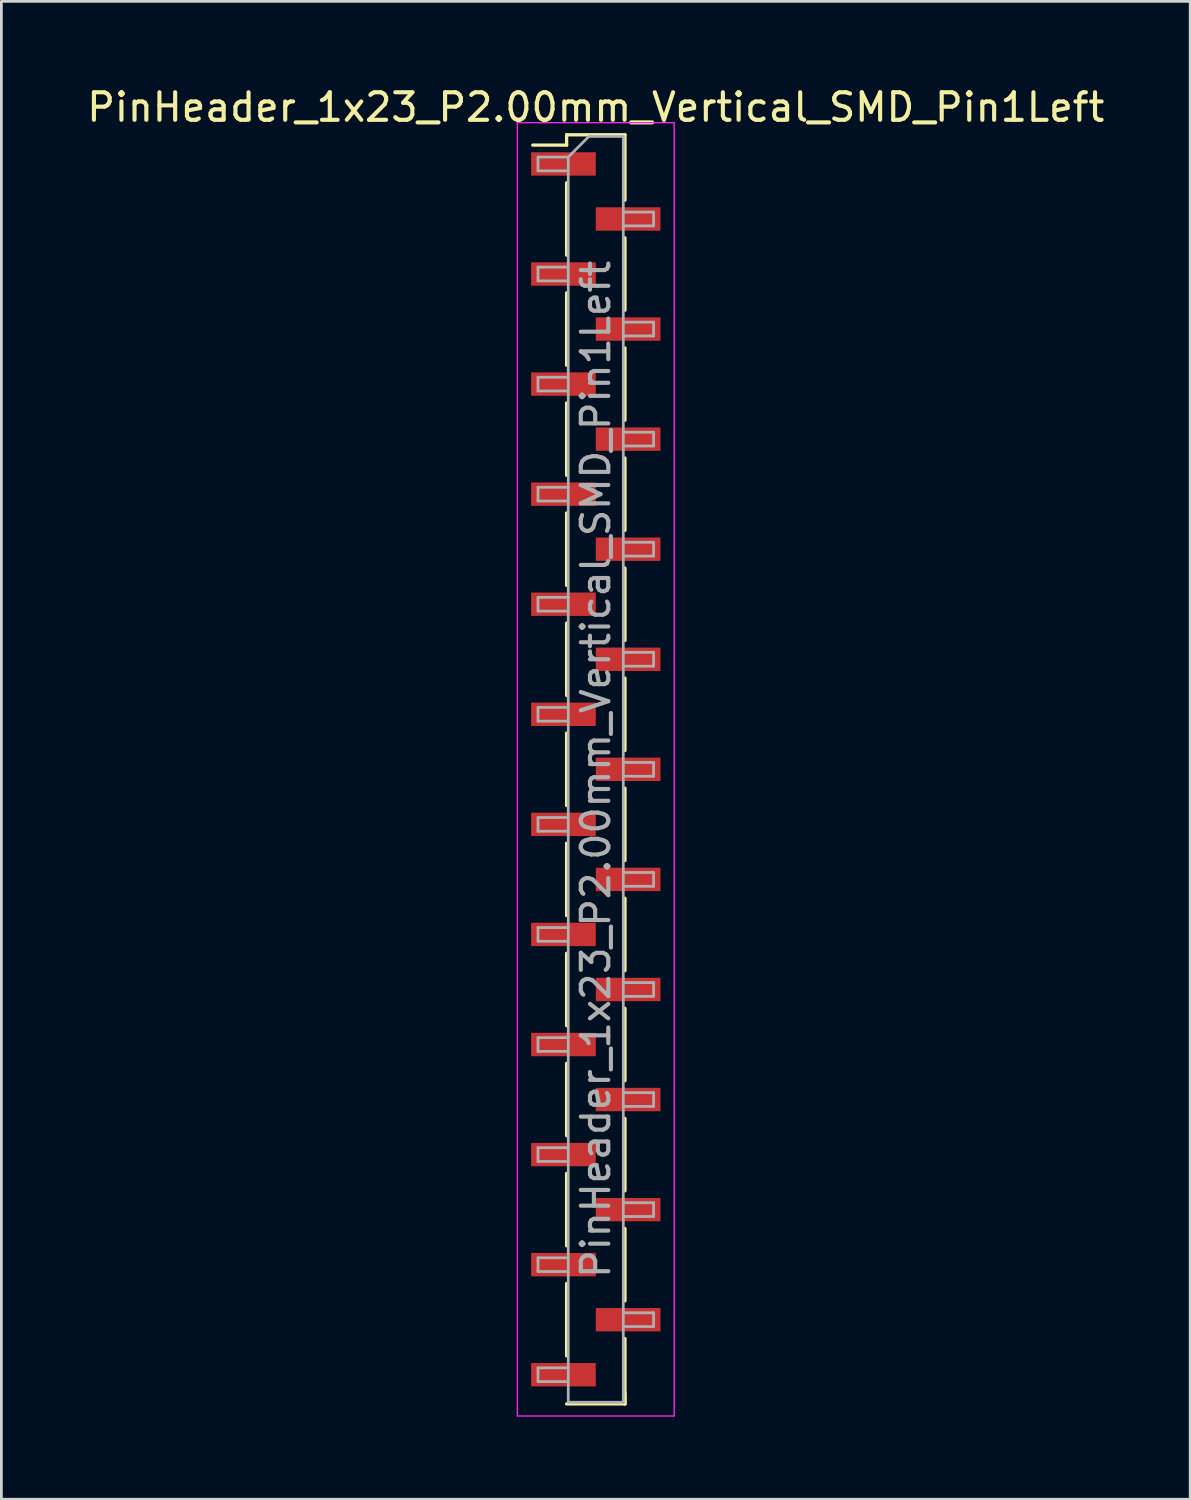
<source format=kicad_pcb>
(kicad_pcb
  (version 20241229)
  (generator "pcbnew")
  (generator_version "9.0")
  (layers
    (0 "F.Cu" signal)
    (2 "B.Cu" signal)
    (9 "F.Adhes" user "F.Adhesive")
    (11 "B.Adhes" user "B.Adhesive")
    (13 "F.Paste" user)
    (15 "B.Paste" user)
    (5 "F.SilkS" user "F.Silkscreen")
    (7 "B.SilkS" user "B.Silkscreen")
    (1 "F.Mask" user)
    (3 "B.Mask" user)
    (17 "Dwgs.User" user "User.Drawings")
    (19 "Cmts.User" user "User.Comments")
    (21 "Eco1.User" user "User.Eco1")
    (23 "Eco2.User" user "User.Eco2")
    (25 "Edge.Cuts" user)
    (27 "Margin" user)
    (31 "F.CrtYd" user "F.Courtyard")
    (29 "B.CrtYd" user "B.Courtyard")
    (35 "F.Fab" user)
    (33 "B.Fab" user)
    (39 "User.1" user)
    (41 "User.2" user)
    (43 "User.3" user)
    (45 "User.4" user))
  (footprint "PinHeader_1x23_P2.00mm_Vertical_SMD_Pin1Left"
    (layer "F.Cu")
    (at 18.601 24.908)
    (property "Reference" "PinHeader_1x23_P2.00mm_Vertical_SMD_Pin1Left" (at 0 -24.06 0) (layer "F.SilkS") (effects (font (size 1 1) (thickness 0.15))))
    (attr smd)
    (fp_line (start -1.06 -23.06) (end -1.06 -22.685) (stroke (width 0.12) (type solid)) (layer "F.SilkS"))
    (fp_line (start -1.06 -23.06) (end 1.06 -23.06) (stroke (width 0.12) (type solid)) (layer "F.SilkS"))
    (fp_line (start -1.06 -22.685) (end -2.29 -22.685) (stroke (width 0.12) (type solid)) (layer "F.SilkS"))
    (fp_line (start -1.06 -21.315) (end -1.06 -18.685) (stroke (width 0.12) (type solid)) (layer "F.SilkS"))
    (fp_line (start -1.06 -17.315) (end -1.06 -14.685) (stroke (width 0.12) (type solid)) (layer "F.SilkS"))
    (fp_line (start -1.06 -13.315) (end -1.06 -10.685) (stroke (width 0.12) (type solid)) (layer "F.SilkS"))
    (fp_line (start -1.06 -9.315) (end -1.06 -6.685) (stroke (width 0.12) (type solid)) (layer "F.SilkS"))
    (fp_line (start -1.06 -5.315) (end -1.06 -2.685) (stroke (width 0.12) (type solid)) (layer "F.SilkS"))
    (fp_line (start -1.06 -1.315) (end -1.06 1.315) (stroke (width 0.12) (type solid)) (layer "F.SilkS"))
    (fp_line (start -1.06 2.685) (end -1.06 5.315) (stroke (width 0.12) (type solid)) (layer "F.SilkS"))
    (fp_line (start -1.06 6.685) (end -1.06 9.315) (stroke (width 0.12) (type solid)) (layer "F.SilkS"))
    (fp_line (start -1.06 10.685) (end -1.06 13.315) (stroke (width 0.12) (type solid)) (layer "F.SilkS"))
    (fp_line (start -1.06 14.685) (end -1.06 17.315) (stroke (width 0.12) (type solid)) (layer "F.SilkS"))
    (fp_line (start -1.06 18.685) (end -1.06 21.315) (stroke (width 0.12) (type solid)) (layer "F.SilkS"))
    (fp_line (start -1.06 23.06) (end 1.06 23.06) (stroke (width 0.12) (type solid)) (layer "F.SilkS"))
    (fp_line (start 1.06 -23.06) (end 1.06 -20.685) (stroke (width 0.12) (type solid)) (layer "F.SilkS"))
    (fp_line (start 1.06 -19.315) (end 1.06 -16.685) (stroke (width 0.12) (type solid)) (layer "F.SilkS"))
    (fp_line (start 1.06 -15.315) (end 1.06 -12.685) (stroke (width 0.12) (type solid)) (layer "F.SilkS"))
    (fp_line (start 1.06 -11.315) (end 1.06 -8.685) (stroke (width 0.12) (type solid)) (layer "F.SilkS"))
    (fp_line (start 1.06 -7.315) (end 1.06 -4.685) (stroke (width 0.12) (type solid)) (layer "F.SilkS"))
    (fp_line (start 1.06 -3.315) (end 1.06 -0.685) (stroke (width 0.12) (type solid)) (layer "F.SilkS"))
    (fp_line (start 1.06 0.685) (end 1.06 3.315) (stroke (width 0.12) (type solid)) (layer "F.SilkS"))
    (fp_line (start 1.06 4.685) (end 1.06 7.315) (stroke (width 0.12) (type solid)) (layer "F.SilkS"))
    (fp_line (start 1.06 8.685) (end 1.06 11.315) (stroke (width 0.12) (type solid)) (layer "F.SilkS"))
    (fp_line (start 1.06 12.685) (end 1.06 15.315) (stroke (width 0.12) (type solid)) (layer "F.SilkS"))
    (fp_line (start 1.06 16.685) (end 1.06 19.315) (stroke (width 0.12) (type solid)) (layer "F.SilkS"))
    (fp_line (start 1.06 20.685) (end 1.06 23.06) (stroke (width 0.12) (type solid)) (layer "F.SilkS"))
    (fp_line (start 1.06 22.685) (end 1.06 23.06) (stroke (width 0.12) (type solid)) (layer "F.SilkS"))
    (fp_line (start -2.85 -23.5) (end -2.85 23.5) (stroke (width 0.05) (type solid)) (layer "F.CrtYd"))
    (fp_line (start -2.85 23.5) (end 2.85 23.5) (stroke (width 0.05) (type solid)) (layer "F.CrtYd"))
    (fp_line (start 2.85 -23.5) (end -2.85 -23.5) (stroke (width 0.05) (type solid)) (layer "F.CrtYd"))
    (fp_line (start 2.85 23.5) (end 2.85 -23.5) (stroke (width 0.05) (type solid)) (layer "F.CrtYd"))
    (fp_line (start -2.1 -22.25) (end -2.1 -21.75) (stroke (width 0.1) (type solid)) (layer "F.Fab"))
    (fp_line (start -2.1 -21.75) (end -1 -21.75) (stroke (width 0.1) (type solid)) (layer "F.Fab"))
    (fp_line (start -2.1 -18.25) (end -2.1 -17.75) (stroke (width 0.1) (type solid)) (layer "F.Fab"))
    (fp_line (start -2.1 -17.75) (end -1 -17.75) (stroke (width 0.1) (type solid)) (layer "F.Fab"))
    (fp_line (start -2.1 -14.25) (end -2.1 -13.75) (stroke (width 0.1) (type solid)) (layer "F.Fab"))
    (fp_line (start -2.1 -13.75) (end -1 -13.75) (stroke (width 0.1) (type solid)) (layer "F.Fab"))
    (fp_line (start -2.1 -10.25) (end -2.1 -9.75) (stroke (width 0.1) (type solid)) (layer "F.Fab"))
    (fp_line (start -2.1 -9.75) (end -1 -9.75) (stroke (width 0.1) (type solid)) (layer "F.Fab"))
    (fp_line (start -2.1 -6.25) (end -2.1 -5.75) (stroke (width 0.1) (type solid)) (layer "F.Fab"))
    (fp_line (start -2.1 -5.75) (end -1 -5.75) (stroke (width 0.1) (type solid)) (layer "F.Fab"))
    (fp_line (start -2.1 -2.25) (end -2.1 -1.75) (stroke (width 0.1) (type solid)) (layer "F.Fab"))
    (fp_line (start -2.1 -1.75) (end -1 -1.75) (stroke (width 0.1) (type solid)) (layer "F.Fab"))
    (fp_line (start -2.1 1.75) (end -2.1 2.25) (stroke (width 0.1) (type solid)) (layer "F.Fab"))
    (fp_line (start -2.1 2.25) (end -1 2.25) (stroke (width 0.1) (type solid)) (layer "F.Fab"))
    (fp_line (start -2.1 5.75) (end -2.1 6.25) (stroke (width 0.1) (type solid)) (layer "F.Fab"))
    (fp_line (start -2.1 6.25) (end -1 6.25) (stroke (width 0.1) (type solid)) (layer "F.Fab"))
    (fp_line (start -2.1 9.75) (end -2.1 10.25) (stroke (width 0.1) (type solid)) (layer "F.Fab"))
    (fp_line (start -2.1 10.25) (end -1 10.25) (stroke (width 0.1) (type solid)) (layer "F.Fab"))
    (fp_line (start -2.1 13.75) (end -2.1 14.25) (stroke (width 0.1) (type solid)) (layer "F.Fab"))
    (fp_line (start -2.1 14.25) (end -1 14.25) (stroke (width 0.1) (type solid)) (layer "F.Fab"))
    (fp_line (start -2.1 17.75) (end -2.1 18.25) (stroke (width 0.1) (type solid)) (layer "F.Fab"))
    (fp_line (start -2.1 18.25) (end -1 18.25) (stroke (width 0.1) (type solid)) (layer "F.Fab"))
    (fp_line (start -2.1 21.75) (end -2.1 22.25) (stroke (width 0.1) (type solid)) (layer "F.Fab"))
    (fp_line (start -2.1 22.25) (end -1 22.25) (stroke (width 0.1) (type solid)) (layer "F.Fab"))
    (fp_line (start -1 -22.25) (end -2.1 -22.25) (stroke (width 0.1) (type solid)) (layer "F.Fab"))
    (fp_line (start -1 -22.25) (end -0.25 -23) (stroke (width 0.1) (type solid)) (layer "F.Fab"))
    (fp_line (start -1 -18.25) (end -2.1 -18.25) (stroke (width 0.1) (type solid)) (layer "F.Fab"))
    (fp_line (start -1 -14.25) (end -2.1 -14.25) (stroke (width 0.1) (type solid)) (layer "F.Fab"))
    (fp_line (start -1 -10.25) (end -2.1 -10.25) (stroke (width 0.1) (type solid)) (layer "F.Fab"))
    (fp_line (start -1 -6.25) (end -2.1 -6.25) (stroke (width 0.1) (type solid)) (layer "F.Fab"))
    (fp_line (start -1 -2.25) (end -2.1 -2.25) (stroke (width 0.1) (type solid)) (layer "F.Fab"))
    (fp_line (start -1 1.75) (end -2.1 1.75) (stroke (width 0.1) (type solid)) (layer "F.Fab"))
    (fp_line (start -1 5.75) (end -2.1 5.75) (stroke (width 0.1) (type solid)) (layer "F.Fab"))
    (fp_line (start -1 9.75) (end -2.1 9.75) (stroke (width 0.1) (type solid)) (layer "F.Fab"))
    (fp_line (start -1 13.75) (end -2.1 13.75) (stroke (width 0.1) (type solid)) (layer "F.Fab"))
    (fp_line (start -1 17.75) (end -2.1 17.75) (stroke (width 0.1) (type solid)) (layer "F.Fab"))
    (fp_line (start -1 21.75) (end -2.1 21.75) (stroke (width 0.1) (type solid)) (layer "F.Fab"))
    (fp_line (start -1 23) (end -1 -22.25) (stroke (width 0.1) (type solid)) (layer "F.Fab"))
    (fp_line (start -0.25 -23) (end 1 -23) (stroke (width 0.1) (type solid)) (layer "F.Fab"))
    (fp_line (start 1 -23) (end 1 23) (stroke (width 0.1) (type solid)) (layer "F.Fab"))
    (fp_line (start 1 -20.25) (end 2.1 -20.25) (stroke (width 0.1) (type solid)) (layer "F.Fab"))
    (fp_line (start 1 -16.25) (end 2.1 -16.25) (stroke (width 0.1) (type solid)) (layer "F.Fab"))
    (fp_line (start 1 -12.25) (end 2.1 -12.25) (stroke (width 0.1) (type solid)) (layer "F.Fab"))
    (fp_line (start 1 -8.25) (end 2.1 -8.25) (stroke (width 0.1) (type solid)) (layer "F.Fab"))
    (fp_line (start 1 -4.25) (end 2.1 -4.25) (stroke (width 0.1) (type solid)) (layer "F.Fab"))
    (fp_line (start 1 -0.25) (end 2.1 -0.25) (stroke (width 0.1) (type solid)) (layer "F.Fab"))
    (fp_line (start 1 3.75) (end 2.1 3.75) (stroke (width 0.1) (type solid)) (layer "F.Fab"))
    (fp_line (start 1 7.75) (end 2.1 7.75) (stroke (width 0.1) (type solid)) (layer "F.Fab"))
    (fp_line (start 1 11.75) (end 2.1 11.75) (stroke (width 0.1) (type solid)) (layer "F.Fab"))
    (fp_line (start 1 15.75) (end 2.1 15.75) (stroke (width 0.1) (type solid)) (layer "F.Fab"))
    (fp_line (start 1 19.75) (end 2.1 19.75) (stroke (width 0.1) (type solid)) (layer "F.Fab"))
    (fp_line (start 1 23) (end -1 23) (stroke (width 0.1) (type solid)) (layer "F.Fab"))
    (fp_line (start 2.1 -20.25) (end 2.1 -19.75) (stroke (width 0.1) (type solid)) (layer "F.Fab"))
    (fp_line (start 2.1 -19.75) (end 1 -19.75) (stroke (width 0.1) (type solid)) (layer "F.Fab"))
    (fp_line (start 2.1 -16.25) (end 2.1 -15.75) (stroke (width 0.1) (type solid)) (layer "F.Fab"))
    (fp_line (start 2.1 -15.75) (end 1 -15.75) (stroke (width 0.1) (type solid)) (layer "F.Fab"))
    (fp_line (start 2.1 -12.25) (end 2.1 -11.75) (stroke (width 0.1) (type solid)) (layer "F.Fab"))
    (fp_line (start 2.1 -11.75) (end 1 -11.75) (stroke (width 0.1) (type solid)) (layer "F.Fab"))
    (fp_line (start 2.1 -8.25) (end 2.1 -7.75) (stroke (width 0.1) (type solid)) (layer "F.Fab"))
    (fp_line (start 2.1 -7.75) (end 1 -7.75) (stroke (width 0.1) (type solid)) (layer "F.Fab"))
    (fp_line (start 2.1 -4.25) (end 2.1 -3.75) (stroke (width 0.1) (type solid)) (layer "F.Fab"))
    (fp_line (start 2.1 -3.75) (end 1 -3.75) (stroke (width 0.1) (type solid)) (layer "F.Fab"))
    (fp_line (start 2.1 -0.25) (end 2.1 0.25) (stroke (width 0.1) (type solid)) (layer "F.Fab"))
    (fp_line (start 2.1 0.25) (end 1 0.25) (stroke (width 0.1) (type solid)) (layer "F.Fab"))
    (fp_line (start 2.1 3.75) (end 2.1 4.25) (stroke (width 0.1) (type solid)) (layer "F.Fab"))
    (fp_line (start 2.1 4.25) (end 1 4.25) (stroke (width 0.1) (type solid)) (layer "F.Fab"))
    (fp_line (start 2.1 7.75) (end 2.1 8.25) (stroke (width 0.1) (type solid)) (layer "F.Fab"))
    (fp_line (start 2.1 8.25) (end 1 8.25) (stroke (width 0.1) (type solid)) (layer "F.Fab"))
    (fp_line (start 2.1 11.75) (end 2.1 12.25) (stroke (width 0.1) (type solid)) (layer "F.Fab"))
    (fp_line (start 2.1 12.25) (end 1 12.25) (stroke (width 0.1) (type solid)) (layer "F.Fab"))
    (fp_line (start 2.1 15.75) (end 2.1 16.25) (stroke (width 0.1) (type solid)) (layer "F.Fab"))
    (fp_line (start 2.1 16.25) (end 1 16.25) (stroke (width 0.1) (type solid)) (layer "F.Fab"))
    (fp_line (start 2.1 19.75) (end 2.1 20.25) (stroke (width 0.1) (type solid)) (layer "F.Fab"))
    (fp_line (start 2.1 20.25) (end 1 20.25) (stroke (width 0.1) (type solid)) (layer "F.Fab"))
    (fp_text user "${REFERENCE}" (at 0 0 90) (layer "F.Fab") (effects (font (size 1 1) (thickness 0.15))))
    (pad "1" smd rect (at -1.175 -22) (size 2.35 0.85) (layers "F.Cu" "F.Mask" "F.Paste"))
    (pad "2" smd rect (at 1.175 -20) (size 2.35 0.85) (layers "F.Cu" "F.Mask" "F.Paste"))
    (pad "3" smd rect (at -1.175 -18) (size 2.35 0.85) (layers "F.Cu" "F.Mask" "F.Paste"))
    (pad "4" smd rect (at 1.175 -16) (size 2.35 0.85) (layers "F.Cu" "F.Mask" "F.Paste"))
    (pad "5" smd rect (at -1.175 -14) (size 2.35 0.85) (layers "F.Cu" "F.Mask" "F.Paste"))
    (pad "6" smd rect (at 1.175 -12) (size 2.35 0.85) (layers "F.Cu" "F.Mask" "F.Paste"))
    (pad "7" smd rect (at -1.175 -10) (size 2.35 0.85) (layers "F.Cu" "F.Mask" "F.Paste"))
    (pad "8" smd rect (at 1.175 -8) (size 2.35 0.85) (layers "F.Cu" "F.Mask" "F.Paste"))
    (pad "9" smd rect (at -1.175 -6) (size 2.35 0.85) (layers "F.Cu" "F.Mask" "F.Paste"))
    (pad "10" smd rect (at 1.175 -4) (size 2.35 0.85) (layers "F.Cu" "F.Mask" "F.Paste"))
    (pad "11" smd rect (at -1.175 -2) (size 2.35 0.85) (layers "F.Cu" "F.Mask" "F.Paste"))
    (pad "12" smd rect (at 1.175 0) (size 2.35 0.85) (layers "F.Cu" "F.Mask" "F.Paste"))
    (pad "13" smd rect (at -1.175 2) (size 2.35 0.85) (layers "F.Cu" "F.Mask" "F.Paste"))
    (pad "14" smd rect (at 1.175 4) (size 2.35 0.85) (layers "F.Cu" "F.Mask" "F.Paste"))
    (pad "15" smd rect (at -1.175 6) (size 2.35 0.85) (layers "F.Cu" "F.Mask" "F.Paste"))
    (pad "16" smd rect (at 1.175 8) (size 2.35 0.85) (layers "F.Cu" "F.Mask" "F.Paste"))
    (pad "17" smd rect (at -1.175 10) (size 2.35 0.85) (layers "F.Cu" "F.Mask" "F.Paste"))
    (pad "18" smd rect (at 1.175 12) (size 2.35 0.85) (layers "F.Cu" "F.Mask" "F.Paste"))
    (pad "19" smd rect (at -1.175 14) (size 2.35 0.85) (layers "F.Cu" "F.Mask" "F.Paste"))
    (pad "20" smd rect (at 1.175 16) (size 2.35 0.85) (layers "F.Cu" "F.Mask" "F.Paste"))
    (pad "21" smd rect (at -1.175 18) (size 2.35 0.85) (layers "F.Cu" "F.Mask" "F.Paste"))
    (pad "22" smd rect (at 1.175 20) (size 2.35 0.85) (layers "F.Cu" "F.Mask" "F.Paste"))
    (pad "23" smd rect (at -1.175 22) (size 2.35 0.85) (layers "F.Cu" "F.Mask" "F.Paste")))
  (gr_rect
    (start -3 -3)
    (end 40.202 51.433)
    (stroke (width 0.1) (type default))
    (fill no)
    (layer "Edge.Cuts")))
</source>
